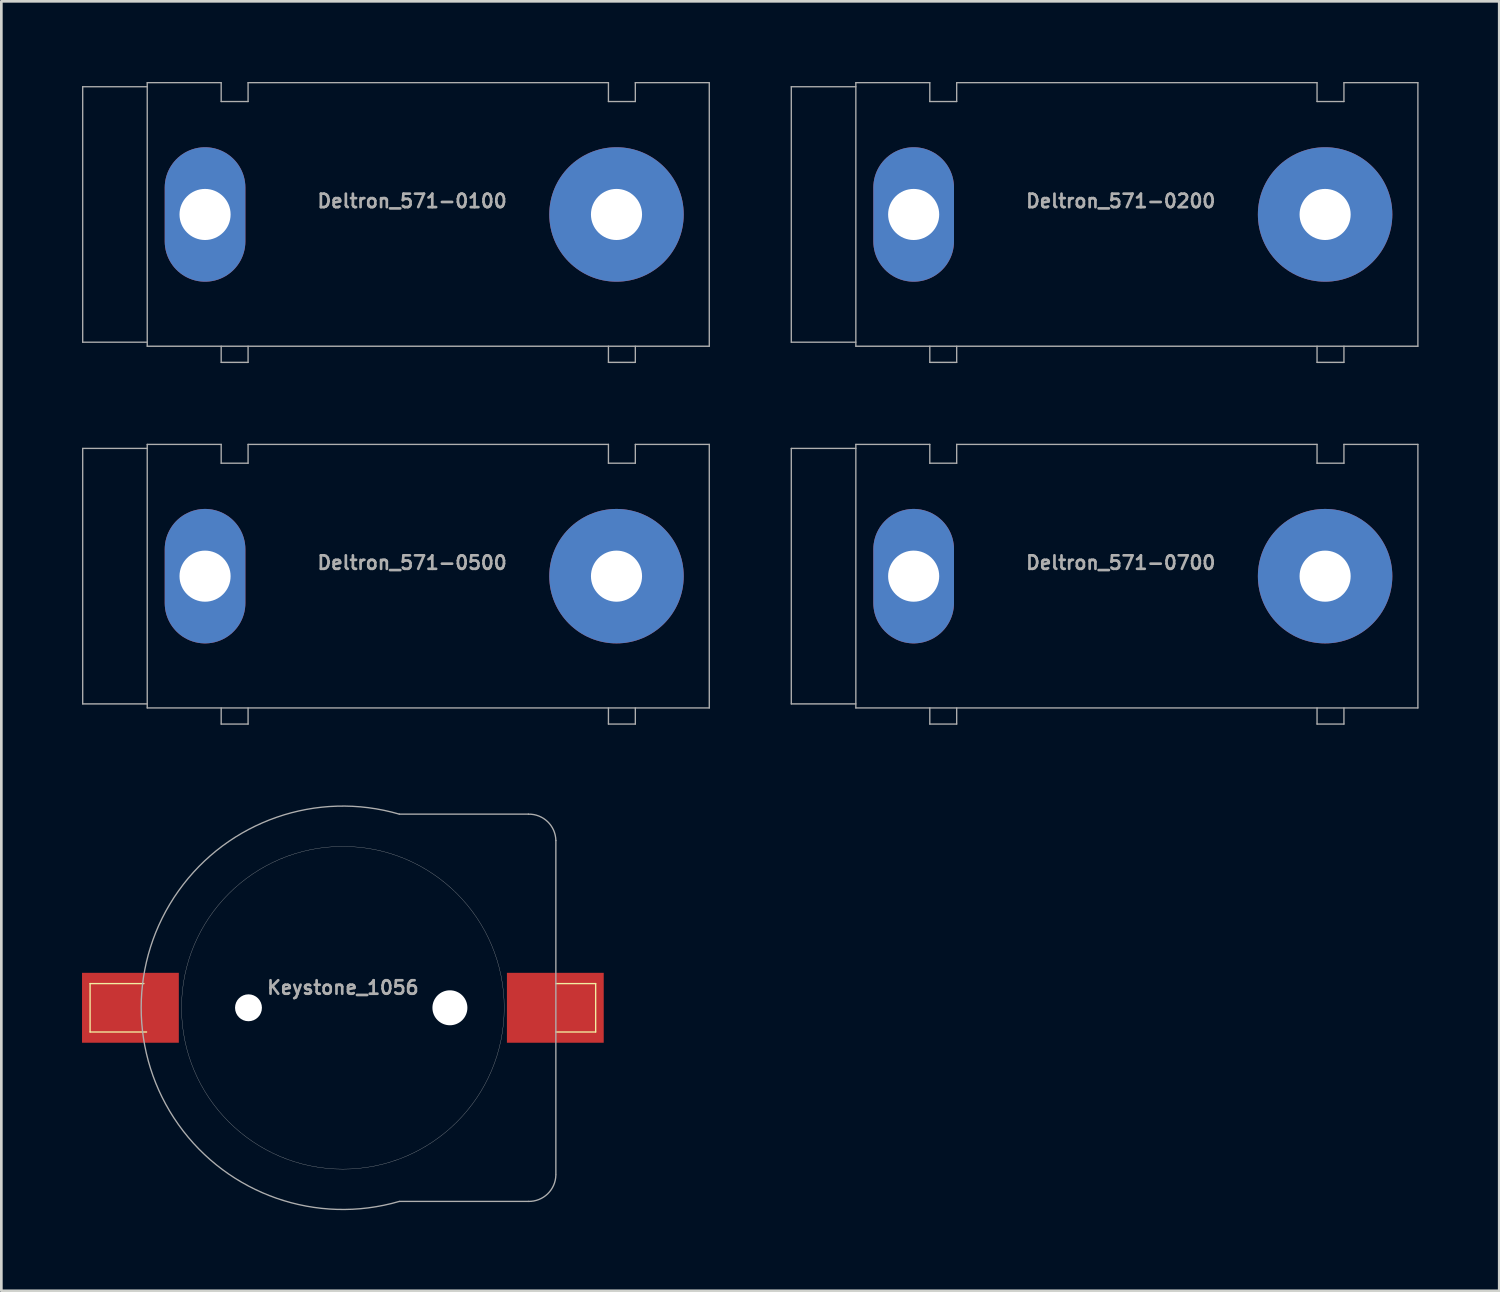
<source format=kicad_pcb>
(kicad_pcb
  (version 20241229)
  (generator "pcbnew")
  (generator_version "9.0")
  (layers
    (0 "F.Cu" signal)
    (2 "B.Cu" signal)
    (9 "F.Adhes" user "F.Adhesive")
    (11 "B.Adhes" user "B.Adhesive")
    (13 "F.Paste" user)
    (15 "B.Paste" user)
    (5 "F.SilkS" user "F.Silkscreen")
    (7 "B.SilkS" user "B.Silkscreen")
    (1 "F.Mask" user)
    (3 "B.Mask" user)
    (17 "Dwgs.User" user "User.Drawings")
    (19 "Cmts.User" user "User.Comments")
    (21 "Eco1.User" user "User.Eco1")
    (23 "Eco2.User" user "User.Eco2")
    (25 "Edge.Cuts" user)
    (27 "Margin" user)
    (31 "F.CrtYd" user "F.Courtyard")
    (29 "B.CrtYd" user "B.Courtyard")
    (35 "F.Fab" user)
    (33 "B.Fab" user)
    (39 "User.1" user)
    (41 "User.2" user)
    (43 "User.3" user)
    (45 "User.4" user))
  (footprint "Keystone_1056"
    (layer "F.Cu")
    (at 9.7 34.425)
    (property "Reference" "Keystone_1056" (at 0 -0.75 0) (layer "F.Fab") (effects (font (size 0.5 0.5) (thickness 0.1))))
    (attr smd)
    (fp_line (start -9.4 -0.9) (end -9.4 0.9) (stroke (width 0.05) (type solid)) (layer "F.SilkS"))
    (fp_line (start -9.4 -0.9) (end -7.4 -0.9) (stroke (width 0.05) (type solid)) (layer "F.SilkS"))
    (fp_line (start -9.4 0.9) (end -7.3 0.9) (stroke (width 0.05) (type solid)) (layer "F.SilkS"))
    (fp_line (start 9.4 -0.9) (end 7.92 -0.9) (stroke (width 0.05) (type solid)) (layer "F.SilkS"))
    (fp_line (start 9.4 -0.9) (end 9.4 0.9) (stroke (width 0.05) (type solid)) (layer "F.SilkS"))
    (fp_line (start 9.4 0.9) (end 7.92 0.9) (stroke (width 0.05) (type solid)) (layer "F.SilkS"))
    (fp_line (start 6.9 -7.2) (end 2.1 -7.2) (stroke (width 0.05) (type solid)) (layer "F.Fab"))
    (fp_line (start 6.9 7.2) (end 2.1 7.2) (stroke (width 0.05) (type solid)) (layer "F.Fab"))
    (fp_line (start 7.92 -6.22) (end 7.92 6.2) (stroke (width 0.05) (type solid)) (layer "F.Fab"))
    (fp_arc (start 2.097435 7.200748) (mid -7.5 -0.001336) (end 2.1 -7.2) (stroke (width 0.05) (type solid)) (layer "F.Fab"))
    (fp_arc (start 6.9 -7.2) (mid 7.612965 -6.921249) (end 7.92 -6.22) (stroke (width 0.05) (type solid)) (layer "F.Fab"))
    (fp_arc (start 7.92 6.22) (mid 7.612965 6.921249) (end 6.9 7.2) (stroke (width 0.05) (type solid)) (layer "F.Fab"))
    (fp_circle (center 0 0) (end 6 0) (stroke (width 0.01) (type solid)) (fill no) (layer "F.Fab"))
    (pad "" np_thru_hole circle (at -3.51 0) (size 1 1) (drill 1) (layers "*.Cu" "*.Mask"))
    (pad "" np_thru_hole circle (at 3.98 0) (size 1.3 1.3) (drill 1.3) (layers "*.Cu" "*.Mask"))
    (pad "1" smd rect (at -7.9 0) (size 3.6 2.6) (layers "F.Cu" "F.Mask" "F.Paste"))
    (pad "2" smd rect (at 7.9 0) (size 3.6 2.6) (layers "F.Cu" "F.Mask" "F.Paste")))
  (footprint "Deltron_571-0700"
    (layer "F.Cu")
    (at 38.575 18.375)
    (property "Reference" "Deltron_571-0700" (at 0.05 -0.5 0) (layer "F.Fab") (effects (font (size 0.5 0.5) (thickness 0.1))))
    (attr through_hole)
    (fp_line (start -12.2 -4.75) (end -12.2 4.75) (stroke (width 0.05) (type solid)) (layer "F.Fab"))
    (fp_line (start -12.2 4.75) (end -9.8 4.75) (stroke (width 0.05) (type solid)) (layer "F.Fab"))
    (fp_line (start -9.8 -4.9) (end -7.05 -4.9) (stroke (width 0.05) (type solid)) (layer "F.Fab"))
    (fp_line (start -9.8 -4.75) (end -12.2 -4.75) (stroke (width 0.05) (type solid)) (layer "F.Fab"))
    (fp_line (start -9.8 4.9) (end -9.8 -4.9) (stroke (width 0.05) (type solid)) (layer "F.Fab"))
    (fp_line (start -7.05 -4.2) (end -7.05 -4.9) (stroke (width 0.05) (type solid)) (layer "F.Fab"))
    (fp_line (start -7.05 5.5) (end -7.05 4.9) (stroke (width 0.05) (type solid)) (layer "F.Fab"))
    (fp_line (start -6.05 -4.9) (end -6.05 -4.2) (stroke (width 0.05) (type solid)) (layer "F.Fab"))
    (fp_line (start -6.05 -4.9) (end 7.35 -4.9) (stroke (width 0.05) (type solid)) (layer "F.Fab"))
    (fp_line (start -6.05 -4.2) (end -7.05 -4.2) (stroke (width 0.05) (type solid)) (layer "F.Fab"))
    (fp_line (start -6.05 4.9) (end -6.05 5.5) (stroke (width 0.05) (type solid)) (layer "F.Fab"))
    (fp_line (start -6.05 5.5) (end -7.05 5.5) (stroke (width 0.05) (type solid)) (layer "F.Fab"))
    (fp_line (start 7.35 -4.2) (end 7.35 -4.9) (stroke (width 0.05) (type solid)) (layer "F.Fab"))
    (fp_line (start 7.35 5.5) (end 7.35 4.9) (stroke (width 0.05) (type solid)) (layer "F.Fab"))
    (fp_line (start 8.35 -4.9) (end 8.35 -4.2) (stroke (width 0.05) (type solid)) (layer "F.Fab"))
    (fp_line (start 8.35 -4.9) (end 11.1 -4.9) (stroke (width 0.05) (type solid)) (layer "F.Fab"))
    (fp_line (start 8.35 -4.2) (end 7.35 -4.2) (stroke (width 0.05) (type solid)) (layer "F.Fab"))
    (fp_line (start 8.35 4.9) (end 8.35 5.5) (stroke (width 0.05) (type solid)) (layer "F.Fab"))
    (fp_line (start 8.35 5.5) (end 7.35 5.5) (stroke (width 0.05) (type solid)) (layer "F.Fab"))
    (fp_line (start 11.1 -4.9) (end 11.1 4.9) (stroke (width 0.05) (type solid)) (layer "F.Fab"))
    (fp_line (start 11.1 4.9) (end -9.8 4.9) (stroke (width 0.05) (type solid)) (layer "F.Fab"))
    (pad "1" thru_hole oval (at -7.65 0) (size 3 5) (drill 1.9) (layers "*.Cu" "*.Mask"))
    (pad "2" thru_hole circle (at 7.65 0) (size 5 5) (drill 1.9) (layers "*.Cu" "*.Mask")))
  (footprint "Deltron_571-0200"
    (layer "F.Cu")
    (at 38.575 4.925)
    (property "Reference" "Deltron_571-0200" (at 0.05 -0.5 0) (layer "F.Fab") (effects (font (size 0.5 0.5) (thickness 0.1))))
    (attr through_hole)
    (fp_line (start -12.2 -4.75) (end -12.2 4.75) (stroke (width 0.05) (type solid)) (layer "F.Fab"))
    (fp_line (start -12.2 4.75) (end -9.8 4.75) (stroke (width 0.05) (type solid)) (layer "F.Fab"))
    (fp_line (start -9.8 -4.9) (end -7.05 -4.9) (stroke (width 0.05) (type solid)) (layer "F.Fab"))
    (fp_line (start -9.8 -4.75) (end -12.2 -4.75) (stroke (width 0.05) (type solid)) (layer "F.Fab"))
    (fp_line (start -9.8 4.9) (end -9.8 -4.9) (stroke (width 0.05) (type solid)) (layer "F.Fab"))
    (fp_line (start -7.05 -4.2) (end -7.05 -4.9) (stroke (width 0.05) (type solid)) (layer "F.Fab"))
    (fp_line (start -7.05 5.5) (end -7.05 4.9) (stroke (width 0.05) (type solid)) (layer "F.Fab"))
    (fp_line (start -6.05 -4.9) (end -6.05 -4.2) (stroke (width 0.05) (type solid)) (layer "F.Fab"))
    (fp_line (start -6.05 -4.9) (end 7.35 -4.9) (stroke (width 0.05) (type solid)) (layer "F.Fab"))
    (fp_line (start -6.05 -4.2) (end -7.05 -4.2) (stroke (width 0.05) (type solid)) (layer "F.Fab"))
    (fp_line (start -6.05 4.9) (end -6.05 5.5) (stroke (width 0.05) (type solid)) (layer "F.Fab"))
    (fp_line (start -6.05 5.5) (end -7.05 5.5) (stroke (width 0.05) (type solid)) (layer "F.Fab"))
    (fp_line (start 7.35 -4.2) (end 7.35 -4.9) (stroke (width 0.05) (type solid)) (layer "F.Fab"))
    (fp_line (start 7.35 5.5) (end 7.35 4.9) (stroke (width 0.05) (type solid)) (layer "F.Fab"))
    (fp_line (start 8.35 -4.9) (end 8.35 -4.2) (stroke (width 0.05) (type solid)) (layer "F.Fab"))
    (fp_line (start 8.35 -4.9) (end 11.1 -4.9) (stroke (width 0.05) (type solid)) (layer "F.Fab"))
    (fp_line (start 8.35 -4.2) (end 7.35 -4.2) (stroke (width 0.05) (type solid)) (layer "F.Fab"))
    (fp_line (start 8.35 4.9) (end 8.35 5.5) (stroke (width 0.05) (type solid)) (layer "F.Fab"))
    (fp_line (start 8.35 5.5) (end 7.35 5.5) (stroke (width 0.05) (type solid)) (layer "F.Fab"))
    (fp_line (start 11.1 -4.9) (end 11.1 4.9) (stroke (width 0.05) (type solid)) (layer "F.Fab"))
    (fp_line (start 11.1 4.9) (end -9.8 4.9) (stroke (width 0.05) (type solid)) (layer "F.Fab"))
    (pad "1" thru_hole oval (at -7.65 0) (size 3 5) (drill 1.9) (layers "*.Cu" "*.Mask"))
    (pad "2" thru_hole circle (at 7.65 0) (size 5 5) (drill 1.9) (layers "*.Cu" "*.Mask")))
  (footprint "Deltron_571-0500"
    (layer "F.Cu")
    (at 12.225 18.375)
    (property "Reference" "Deltron_571-0500" (at 0.05 -0.5 0) (layer "F.Fab") (effects (font (size 0.5 0.5) (thickness 0.1))))
    (attr through_hole)
    (fp_line (start -12.2 -4.75) (end -12.2 4.75) (stroke (width 0.05) (type solid)) (layer "F.Fab"))
    (fp_line (start -12.2 4.75) (end -9.8 4.75) (stroke (width 0.05) (type solid)) (layer "F.Fab"))
    (fp_line (start -9.8 -4.9) (end -7.05 -4.9) (stroke (width 0.05) (type solid)) (layer "F.Fab"))
    (fp_line (start -9.8 -4.75) (end -12.2 -4.75) (stroke (width 0.05) (type solid)) (layer "F.Fab"))
    (fp_line (start -9.8 4.9) (end -9.8 -4.9) (stroke (width 0.05) (type solid)) (layer "F.Fab"))
    (fp_line (start -7.05 -4.2) (end -7.05 -4.9) (stroke (width 0.05) (type solid)) (layer "F.Fab"))
    (fp_line (start -7.05 5.5) (end -7.05 4.9) (stroke (width 0.05) (type solid)) (layer "F.Fab"))
    (fp_line (start -6.05 -4.9) (end -6.05 -4.2) (stroke (width 0.05) (type solid)) (layer "F.Fab"))
    (fp_line (start -6.05 -4.9) (end 7.35 -4.9) (stroke (width 0.05) (type solid)) (layer "F.Fab"))
    (fp_line (start -6.05 -4.2) (end -7.05 -4.2) (stroke (width 0.05) (type solid)) (layer "F.Fab"))
    (fp_line (start -6.05 4.9) (end -6.05 5.5) (stroke (width 0.05) (type solid)) (layer "F.Fab"))
    (fp_line (start -6.05 5.5) (end -7.05 5.5) (stroke (width 0.05) (type solid)) (layer "F.Fab"))
    (fp_line (start 7.35 -4.2) (end 7.35 -4.9) (stroke (width 0.05) (type solid)) (layer "F.Fab"))
    (fp_line (start 7.35 5.5) (end 7.35 4.9) (stroke (width 0.05) (type solid)) (layer "F.Fab"))
    (fp_line (start 8.35 -4.9) (end 8.35 -4.2) (stroke (width 0.05) (type solid)) (layer "F.Fab"))
    (fp_line (start 8.35 -4.9) (end 11.1 -4.9) (stroke (width 0.05) (type solid)) (layer "F.Fab"))
    (fp_line (start 8.35 -4.2) (end 7.35 -4.2) (stroke (width 0.05) (type solid)) (layer "F.Fab"))
    (fp_line (start 8.35 4.9) (end 8.35 5.5) (stroke (width 0.05) (type solid)) (layer "F.Fab"))
    (fp_line (start 8.35 5.5) (end 7.35 5.5) (stroke (width 0.05) (type solid)) (layer "F.Fab"))
    (fp_line (start 11.1 -4.9) (end 11.1 4.9) (stroke (width 0.05) (type solid)) (layer "F.Fab"))
    (fp_line (start 11.1 4.9) (end -9.8 4.9) (stroke (width 0.05) (type solid)) (layer "F.Fab"))
    (pad "1" thru_hole oval (at -7.65 0) (size 3 5) (drill 1.9) (layers "*.Cu" "*.Mask"))
    (pad "2" thru_hole circle (at 7.65 0) (size 5 5) (drill 1.9) (layers "*.Cu" "*.Mask")))
  (footprint "Deltron_571-0100"
    (layer "F.Cu")
    (at 12.225 4.925)
    (property "Reference" "Deltron_571-0100" (at 0.05 -0.5 0) (layer "F.Fab") (effects (font (size 0.5 0.5) (thickness 0.1))))
    (attr through_hole)
    (fp_line (start -12.2 -4.75) (end -12.2 4.75) (stroke (width 0.05) (type solid)) (layer "F.Fab"))
    (fp_line (start -12.2 4.75) (end -9.8 4.75) (stroke (width 0.05) (type solid)) (layer "F.Fab"))
    (fp_line (start -9.8 -4.9) (end -7.05 -4.9) (stroke (width 0.05) (type solid)) (layer "F.Fab"))
    (fp_line (start -9.8 -4.75) (end -12.2 -4.75) (stroke (width 0.05) (type solid)) (layer "F.Fab"))
    (fp_line (start -9.8 4.9) (end -9.8 -4.9) (stroke (width 0.05) (type solid)) (layer "F.Fab"))
    (fp_line (start -7.05 -4.2) (end -7.05 -4.9) (stroke (width 0.05) (type solid)) (layer "F.Fab"))
    (fp_line (start -7.05 5.5) (end -7.05 4.9) (stroke (width 0.05) (type solid)) (layer "F.Fab"))
    (fp_line (start -6.05 -4.9) (end -6.05 -4.2) (stroke (width 0.05) (type solid)) (layer "F.Fab"))
    (fp_line (start -6.05 -4.9) (end 7.35 -4.9) (stroke (width 0.05) (type solid)) (layer "F.Fab"))
    (fp_line (start -6.05 -4.2) (end -7.05 -4.2) (stroke (width 0.05) (type solid)) (layer "F.Fab"))
    (fp_line (start -6.05 4.9) (end -6.05 5.5) (stroke (width 0.05) (type solid)) (layer "F.Fab"))
    (fp_line (start -6.05 5.5) (end -7.05 5.5) (stroke (width 0.05) (type solid)) (layer "F.Fab"))
    (fp_line (start 7.35 -4.2) (end 7.35 -4.9) (stroke (width 0.05) (type solid)) (layer "F.Fab"))
    (fp_line (start 7.35 5.5) (end 7.35 4.9) (stroke (width 0.05) (type solid)) (layer "F.Fab"))
    (fp_line (start 8.35 -4.9) (end 8.35 -4.2) (stroke (width 0.05) (type solid)) (layer "F.Fab"))
    (fp_line (start 8.35 -4.9) (end 11.1 -4.9) (stroke (width 0.05) (type solid)) (layer "F.Fab"))
    (fp_line (start 8.35 -4.2) (end 7.35 -4.2) (stroke (width 0.05) (type solid)) (layer "F.Fab"))
    (fp_line (start 8.35 4.9) (end 8.35 5.5) (stroke (width 0.05) (type solid)) (layer "F.Fab"))
    (fp_line (start 8.35 5.5) (end 7.35 5.5) (stroke (width 0.05) (type solid)) (layer "F.Fab"))
    (fp_line (start 11.1 -4.9) (end 11.1 4.9) (stroke (width 0.05) (type solid)) (layer "F.Fab"))
    (fp_line (start 11.1 4.9) (end -9.8 4.9) (stroke (width 0.05) (type solid)) (layer "F.Fab"))
    (pad "1" thru_hole oval (at -7.65 0) (size 3 5) (drill 1.9) (layers "*.Cu" "*.Mask"))
    (pad "2" thru_hole circle (at 7.65 0) (size 5 5) (drill 1.9) (layers "*.Cu" "*.Mask")))
  (gr_rect
    (start -3 -3)
    (end 52.7 44.95)
    (stroke (width 0.1) (type default))
    (fill no)
    (layer "Edge.Cuts")))
</source>
